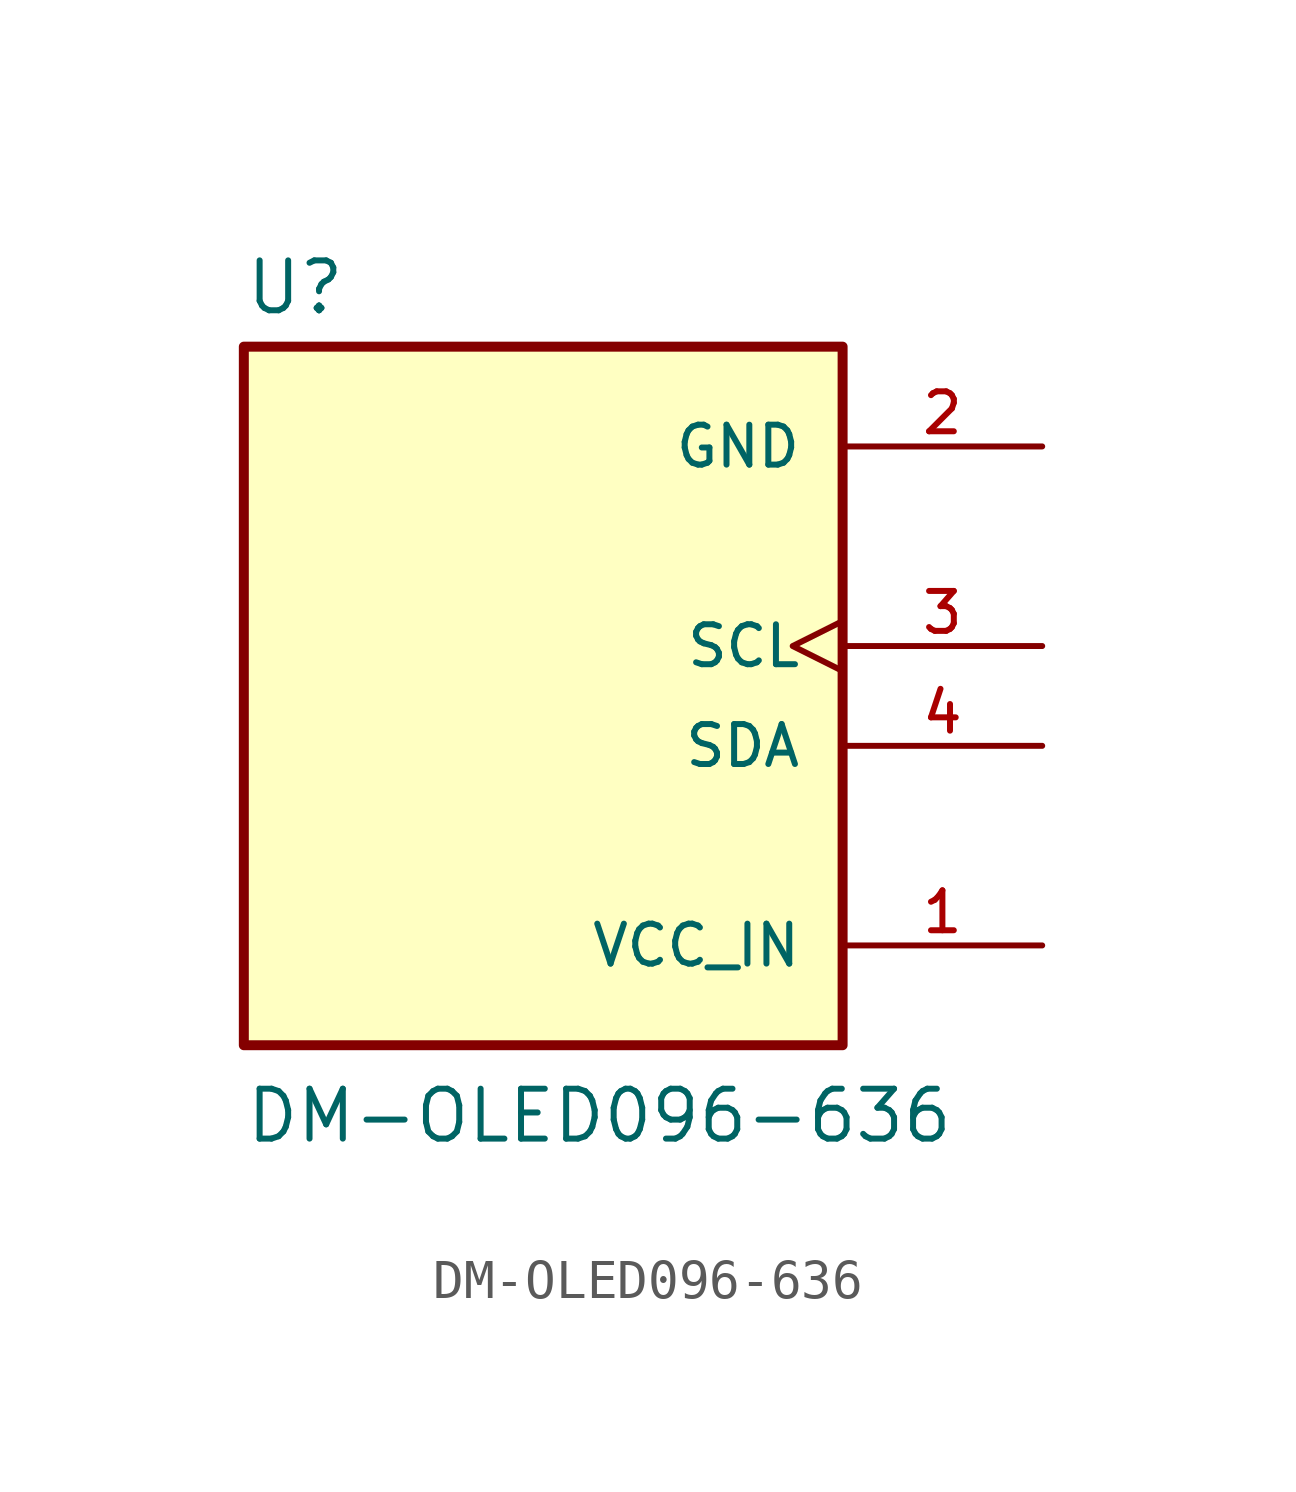
<source format=kicad_sym>
(kicad_symbol_lib
  (version 20220914)
  (generator kicad_symbol_editor)
  (symbol "DM-OLED096-636"
    (pin_names
      (offset 1.016))
    (property "Reference" "U"
      (at -7.62 10.922 0)
      (effects (font (size 1.27 1.27)) (justify left bottom)))
    (property "Value" "DM-OLED096-636"
      (at -7.62 -10.16 0)
      (effects (font (size 1.27 1.27)) (justify left bottom)))
    (symbol "DM-OLED096-636_0_0"
      (rectangle (start -7.62 -7.62) (end 7.62 10.16) (stroke (width 0.254) (type default)) (fill (type background)))
      (pin power_in line (at 12.7 -5.08 180) (length 5.08) (name "VCC_IN" (effects (font (size 1.016 1.016)))) (number "1" (effects (font (size 1.016 1.016)))))
      (pin power_in line (at 12.7 7.62 180) (length 5.08) (name "GND" (effects (font (size 1.016 1.016)))) (number "2" (effects (font (size 1.016 1.016)))))
      (pin input clock (at 12.7 2.54 180) (length 5.08) (name "SCL" (effects (font (size 1.016 1.016)))) (number "3" (effects (font (size 1.016 1.016)))))
      (pin bidirectional line (at 12.7 0 180) (length 5.08) (name "SDA" (effects (font (size 1.016 1.016)))) (number "4" (effects (font (size 1.016 1.016))))))))
</source>
